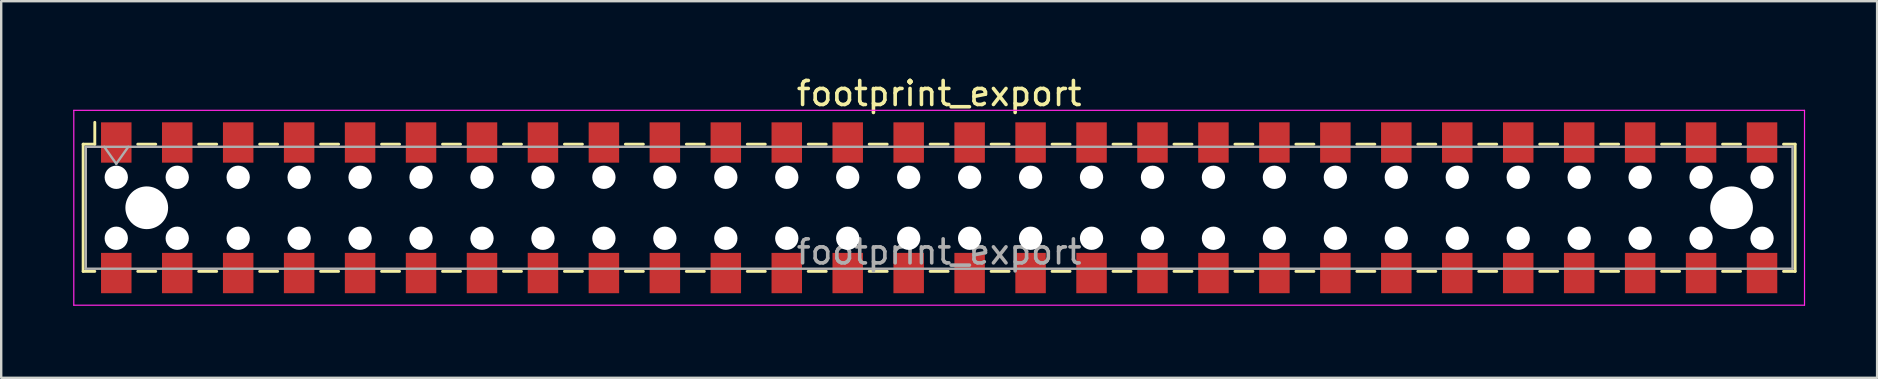
<source format=kicad_pcb>
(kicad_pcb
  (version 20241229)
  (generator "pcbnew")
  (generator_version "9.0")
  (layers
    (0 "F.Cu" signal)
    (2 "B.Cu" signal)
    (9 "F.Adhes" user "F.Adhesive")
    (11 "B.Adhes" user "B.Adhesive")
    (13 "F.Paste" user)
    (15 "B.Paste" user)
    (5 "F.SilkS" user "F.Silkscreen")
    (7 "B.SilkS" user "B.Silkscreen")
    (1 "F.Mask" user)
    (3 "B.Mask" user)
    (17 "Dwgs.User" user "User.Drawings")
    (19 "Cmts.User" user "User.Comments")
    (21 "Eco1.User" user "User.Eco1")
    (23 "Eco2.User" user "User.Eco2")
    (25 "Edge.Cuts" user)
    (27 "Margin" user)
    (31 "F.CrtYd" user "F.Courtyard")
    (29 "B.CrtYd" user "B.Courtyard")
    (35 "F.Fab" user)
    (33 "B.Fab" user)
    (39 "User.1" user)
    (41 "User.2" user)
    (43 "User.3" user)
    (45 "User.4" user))
  (footprint "footprint_export"
    (layer "F.Cu")
    (at 36.085 5.608)
    (property "Reference" "footprint_export" (at 0 -4.76 0) (layer "F.SilkS") (effects (font (size 1 1) (thickness 0.15))))
    (attr smd)
    (fp_line (start -35.67 -2.65) (end -35.67 2.65) (stroke (width 0.12) (type solid)) (layer "F.SilkS"))
    (fp_line (start -35.67 2.65) (end -35.185 2.65) (stroke (width 0.12) (type solid)) (layer "F.SilkS"))
    (fp_line (start -35.185 -3.56) (end -35.185 -2.65) (stroke (width 0.12) (type solid)) (layer "F.SilkS"))
    (fp_line (start -35.185 -2.65) (end -35.67 -2.65) (stroke (width 0.12) (type solid)) (layer "F.SilkS"))
    (fp_line (start -33.395 -2.65) (end -32.645 -2.65) (stroke (width 0.12) (type solid)) (layer "F.SilkS"))
    (fp_line (start -33.395 2.65) (end -32.645 2.65) (stroke (width 0.12) (type solid)) (layer "F.SilkS"))
    (fp_line (start -30.855 -2.65) (end -30.105 -2.65) (stroke (width 0.12) (type solid)) (layer "F.SilkS"))
    (fp_line (start -30.855 2.65) (end -30.105 2.65) (stroke (width 0.12) (type solid)) (layer "F.SilkS"))
    (fp_line (start -28.315 -2.65) (end -27.565 -2.65) (stroke (width 0.12) (type solid)) (layer "F.SilkS"))
    (fp_line (start -28.315 2.65) (end -27.565 2.65) (stroke (width 0.12) (type solid)) (layer "F.SilkS"))
    (fp_line (start -25.775 -2.65) (end -25.025 -2.65) (stroke (width 0.12) (type solid)) (layer "F.SilkS"))
    (fp_line (start -25.775 2.65) (end -25.025 2.65) (stroke (width 0.12) (type solid)) (layer "F.SilkS"))
    (fp_line (start -23.235 -2.65) (end -22.485 -2.65) (stroke (width 0.12) (type solid)) (layer "F.SilkS"))
    (fp_line (start -23.235 2.65) (end -22.485 2.65) (stroke (width 0.12) (type solid)) (layer "F.SilkS"))
    (fp_line (start -20.695 -2.65) (end -19.945 -2.65) (stroke (width 0.12) (type solid)) (layer "F.SilkS"))
    (fp_line (start -20.695 2.65) (end -19.945 2.65) (stroke (width 0.12) (type solid)) (layer "F.SilkS"))
    (fp_line (start -18.155 -2.65) (end -17.405 -2.65) (stroke (width 0.12) (type solid)) (layer "F.SilkS"))
    (fp_line (start -18.155 2.65) (end -17.405 2.65) (stroke (width 0.12) (type solid)) (layer "F.SilkS"))
    (fp_line (start -15.615 -2.65) (end -14.865 -2.65) (stroke (width 0.12) (type solid)) (layer "F.SilkS"))
    (fp_line (start -15.615 2.65) (end -14.865 2.65) (stroke (width 0.12) (type solid)) (layer "F.SilkS"))
    (fp_line (start -13.075 -2.65) (end -12.325 -2.65) (stroke (width 0.12) (type solid)) (layer "F.SilkS"))
    (fp_line (start -13.075 2.65) (end -12.325 2.65) (stroke (width 0.12) (type solid)) (layer "F.SilkS"))
    (fp_line (start -10.535 -2.65) (end -9.785 -2.65) (stroke (width 0.12) (type solid)) (layer "F.SilkS"))
    (fp_line (start -10.535 2.65) (end -9.785 2.65) (stroke (width 0.12) (type solid)) (layer "F.SilkS"))
    (fp_line (start -7.995 -2.65) (end -7.245 -2.65) (stroke (width 0.12) (type solid)) (layer "F.SilkS"))
    (fp_line (start -7.995 2.65) (end -7.245 2.65) (stroke (width 0.12) (type solid)) (layer "F.SilkS"))
    (fp_line (start -5.455 -2.65) (end -4.705 -2.65) (stroke (width 0.12) (type solid)) (layer "F.SilkS"))
    (fp_line (start -5.455 2.65) (end -4.705 2.65) (stroke (width 0.12) (type solid)) (layer "F.SilkS"))
    (fp_line (start -2.915 -2.65) (end -2.165 -2.65) (stroke (width 0.12) (type solid)) (layer "F.SilkS"))
    (fp_line (start -2.915 2.65) (end -2.165 2.65) (stroke (width 0.12) (type solid)) (layer "F.SilkS"))
    (fp_line (start -0.375 -2.65) (end 0.375 -2.65) (stroke (width 0.12) (type solid)) (layer "F.SilkS"))
    (fp_line (start -0.375 2.65) (end 0.375 2.65) (stroke (width 0.12) (type solid)) (layer "F.SilkS"))
    (fp_line (start 2.165 -2.65) (end 2.915 -2.65) (stroke (width 0.12) (type solid)) (layer "F.SilkS"))
    (fp_line (start 2.165 2.65) (end 2.915 2.65) (stroke (width 0.12) (type solid)) (layer "F.SilkS"))
    (fp_line (start 4.705 -2.65) (end 5.455 -2.65) (stroke (width 0.12) (type solid)) (layer "F.SilkS"))
    (fp_line (start 4.705 2.65) (end 5.455 2.65) (stroke (width 0.12) (type solid)) (layer "F.SilkS"))
    (fp_line (start 7.245 -2.65) (end 7.995 -2.65) (stroke (width 0.12) (type solid)) (layer "F.SilkS"))
    (fp_line (start 7.245 2.65) (end 7.995 2.65) (stroke (width 0.12) (type solid)) (layer "F.SilkS"))
    (fp_line (start 9.785 -2.65) (end 10.535 -2.65) (stroke (width 0.12) (type solid)) (layer "F.SilkS"))
    (fp_line (start 9.785 2.65) (end 10.535 2.65) (stroke (width 0.12) (type solid)) (layer "F.SilkS"))
    (fp_line (start 12.325 -2.65) (end 13.075 -2.65) (stroke (width 0.12) (type solid)) (layer "F.SilkS"))
    (fp_line (start 12.325 2.65) (end 13.075 2.65) (stroke (width 0.12) (type solid)) (layer "F.SilkS"))
    (fp_line (start 14.865 -2.65) (end 15.615 -2.65) (stroke (width 0.12) (type solid)) (layer "F.SilkS"))
    (fp_line (start 14.865 2.65) (end 15.615 2.65) (stroke (width 0.12) (type solid)) (layer "F.SilkS"))
    (fp_line (start 17.405 -2.65) (end 18.155 -2.65) (stroke (width 0.12) (type solid)) (layer "F.SilkS"))
    (fp_line (start 17.405 2.65) (end 18.155 2.65) (stroke (width 0.12) (type solid)) (layer "F.SilkS"))
    (fp_line (start 19.945 -2.65) (end 20.695 -2.65) (stroke (width 0.12) (type solid)) (layer "F.SilkS"))
    (fp_line (start 19.945 2.65) (end 20.695 2.65) (stroke (width 0.12) (type solid)) (layer "F.SilkS"))
    (fp_line (start 22.485 -2.65) (end 23.235 -2.65) (stroke (width 0.12) (type solid)) (layer "F.SilkS"))
    (fp_line (start 22.485 2.65) (end 23.235 2.65) (stroke (width 0.12) (type solid)) (layer "F.SilkS"))
    (fp_line (start 25.025 -2.65) (end 25.775 -2.65) (stroke (width 0.12) (type solid)) (layer "F.SilkS"))
    (fp_line (start 25.025 2.65) (end 25.775 2.65) (stroke (width 0.12) (type solid)) (layer "F.SilkS"))
    (fp_line (start 27.565 -2.65) (end 28.315 -2.65) (stroke (width 0.12) (type solid)) (layer "F.SilkS"))
    (fp_line (start 27.565 2.65) (end 28.315 2.65) (stroke (width 0.12) (type solid)) (layer "F.SilkS"))
    (fp_line (start 30.105 -2.65) (end 30.855 -2.65) (stroke (width 0.12) (type solid)) (layer "F.SilkS"))
    (fp_line (start 30.105 2.65) (end 30.855 2.65) (stroke (width 0.12) (type solid)) (layer "F.SilkS"))
    (fp_line (start 32.645 -2.65) (end 33.395 -2.65) (stroke (width 0.12) (type solid)) (layer "F.SilkS"))
    (fp_line (start 32.645 2.65) (end 33.395 2.65) (stroke (width 0.12) (type solid)) (layer "F.SilkS"))
    (fp_line (start 35.185 -2.65) (end 35.67 -2.65) (stroke (width 0.12) (type solid)) (layer "F.SilkS"))
    (fp_line (start 35.67 -2.65) (end 35.67 2.65) (stroke (width 0.12) (type solid)) (layer "F.SilkS"))
    (fp_line (start 35.67 2.65) (end 35.185 2.65) (stroke (width 0.12) (type solid)) (layer "F.SilkS"))
    (fp_line (start -36.06 -4.06) (end 36.06 -4.06) (stroke (width 0.05) (type solid)) (layer "F.CrtYd"))
    (fp_line (start -36.06 4.06) (end -36.06 -4.06) (stroke (width 0.05) (type solid)) (layer "F.CrtYd"))
    (fp_line (start 36.06 -4.06) (end 36.06 4.06) (stroke (width 0.05) (type solid)) (layer "F.CrtYd"))
    (fp_line (start 36.06 4.06) (end -36.06 4.06) (stroke (width 0.05) (type solid)) (layer "F.CrtYd"))
    (fp_line (start -35.56 -2.54) (end 35.56 -2.54) (stroke (width 0.1) (type solid)) (layer "F.Fab"))
    (fp_line (start -35.56 2.54) (end -35.56 -2.54) (stroke (width 0.1) (type solid)) (layer "F.Fab"))
    (fp_line (start -34.79 -2.54) (end -34.29 -1.833) (stroke (width 0.1) (type solid)) (layer "F.Fab"))
    (fp_line (start -34.29 -1.833) (end -33.79 -2.54) (stroke (width 0.1) (type solid)) (layer "F.Fab"))
    (fp_line (start 35.56 -2.54) (end 35.56 2.54) (stroke (width 0.1) (type solid)) (layer "F.Fab"))
    (fp_line (start 35.56 2.54) (end -35.56 2.54) (stroke (width 0.1) (type solid)) (layer "F.Fab"))
    (fp_text user "${REFERENCE}" (at 0 1.84 0) (layer "F.Fab") (effects (font (size 1 1) (thickness 0.15))))
    (pad "" np_thru_hole circle (at -34.29 -1.27) (size 0.97 0.97) (drill 0.97) (layers "*.Cu" "*.Mask"))
    (pad "" np_thru_hole circle (at -34.29 1.27) (size 0.97 0.97) (drill 0.97) (layers "*.Cu" "*.Mask"))
    (pad "" np_thru_hole circle (at -33.02 0) (size 1.78 1.78) (drill 1.78) (layers "*.Cu" "*.Mask"))
    (pad "" np_thru_hole circle (at -31.75 -1.27) (size 0.97 0.97) (drill 0.97) (layers "*.Cu" "*.Mask"))
    (pad "" np_thru_hole circle (at -31.75 1.27) (size 0.97 0.97) (drill 0.97) (layers "*.Cu" "*.Mask"))
    (pad "" np_thru_hole circle (at -29.21 -1.27) (size 0.97 0.97) (drill 0.97) (layers "*.Cu" "*.Mask"))
    (pad "" np_thru_hole circle (at -29.21 1.27) (size 0.97 0.97) (drill 0.97) (layers "*.Cu" "*.Mask"))
    (pad "" np_thru_hole circle (at -26.67 -1.27) (size 0.97 0.97) (drill 0.97) (layers "*.Cu" "*.Mask"))
    (pad "" np_thru_hole circle (at -26.67 1.27) (size 0.97 0.97) (drill 0.97) (layers "*.Cu" "*.Mask"))
    (pad "" np_thru_hole circle (at -24.13 -1.27) (size 0.97 0.97) (drill 0.97) (layers "*.Cu" "*.Mask"))
    (pad "" np_thru_hole circle (at -24.13 1.27) (size 0.97 0.97) (drill 0.97) (layers "*.Cu" "*.Mask"))
    (pad "" np_thru_hole circle (at -21.59 -1.27) (size 0.97 0.97) (drill 0.97) (layers "*.Cu" "*.Mask"))
    (pad "" np_thru_hole circle (at -21.59 1.27) (size 0.97 0.97) (drill 0.97) (layers "*.Cu" "*.Mask"))
    (pad "" np_thru_hole circle (at -19.05 -1.27) (size 0.97 0.97) (drill 0.97) (layers "*.Cu" "*.Mask"))
    (pad "" np_thru_hole circle (at -19.05 1.27) (size 0.97 0.97) (drill 0.97) (layers "*.Cu" "*.Mask"))
    (pad "" np_thru_hole circle (at -16.51 -1.27) (size 0.97 0.97) (drill 0.97) (layers "*.Cu" "*.Mask"))
    (pad "" np_thru_hole circle (at -16.51 1.27) (size 0.97 0.97) (drill 0.97) (layers "*.Cu" "*.Mask"))
    (pad "" np_thru_hole circle (at -13.97 -1.27) (size 0.97 0.97) (drill 0.97) (layers "*.Cu" "*.Mask"))
    (pad "" np_thru_hole circle (at -13.97 1.27) (size 0.97 0.97) (drill 0.97) (layers "*.Cu" "*.Mask"))
    (pad "" np_thru_hole circle (at -11.43 -1.27) (size 0.97 0.97) (drill 0.97) (layers "*.Cu" "*.Mask"))
    (pad "" np_thru_hole circle (at -11.43 1.27) (size 0.97 0.97) (drill 0.97) (layers "*.Cu" "*.Mask"))
    (pad "" np_thru_hole circle (at -8.89 -1.27) (size 0.97 0.97) (drill 0.97) (layers "*.Cu" "*.Mask"))
    (pad "" np_thru_hole circle (at -8.89 1.27) (size 0.97 0.97) (drill 0.97) (layers "*.Cu" "*.Mask"))
    (pad "" np_thru_hole circle (at -6.35 -1.27) (size 0.97 0.97) (drill 0.97) (layers "*.Cu" "*.Mask"))
    (pad "" np_thru_hole circle (at -6.35 1.27) (size 0.97 0.97) (drill 0.97) (layers "*.Cu" "*.Mask"))
    (pad "" np_thru_hole circle (at -3.81 -1.27) (size 0.97 0.97) (drill 0.97) (layers "*.Cu" "*.Mask"))
    (pad "" np_thru_hole circle (at -3.81 1.27) (size 0.97 0.97) (drill 0.97) (layers "*.Cu" "*.Mask"))
    (pad "" np_thru_hole circle (at -1.27 -1.27) (size 0.97 0.97) (drill 0.97) (layers "*.Cu" "*.Mask"))
    (pad "" np_thru_hole circle (at -1.27 1.27) (size 0.97 0.97) (drill 0.97) (layers "*.Cu" "*.Mask"))
    (pad "" np_thru_hole circle (at 1.27 -1.27) (size 0.97 0.97) (drill 0.97) (layers "*.Cu" "*.Mask"))
    (pad "" np_thru_hole circle (at 1.27 1.27) (size 0.97 0.97) (drill 0.97) (layers "*.Cu" "*.Mask"))
    (pad "" np_thru_hole circle (at 3.81 -1.27) (size 0.97 0.97) (drill 0.97) (layers "*.Cu" "*.Mask"))
    (pad "" np_thru_hole circle (at 3.81 1.27) (size 0.97 0.97) (drill 0.97) (layers "*.Cu" "*.Mask"))
    (pad "" np_thru_hole circle (at 6.35 -1.27) (size 0.97 0.97) (drill 0.97) (layers "*.Cu" "*.Mask"))
    (pad "" np_thru_hole circle (at 6.35 1.27) (size 0.97 0.97) (drill 0.97) (layers "*.Cu" "*.Mask"))
    (pad "" np_thru_hole circle (at 8.89 -1.27) (size 0.97 0.97) (drill 0.97) (layers "*.Cu" "*.Mask"))
    (pad "" np_thru_hole circle (at 8.89 1.27) (size 0.97 0.97) (drill 0.97) (layers "*.Cu" "*.Mask"))
    (pad "" np_thru_hole circle (at 11.43 -1.27) (size 0.97 0.97) (drill 0.97) (layers "*.Cu" "*.Mask"))
    (pad "" np_thru_hole circle (at 11.43 1.27) (size 0.97 0.97) (drill 0.97) (layers "*.Cu" "*.Mask"))
    (pad "" np_thru_hole circle (at 13.97 -1.27) (size 0.97 0.97) (drill 0.97) (layers "*.Cu" "*.Mask"))
    (pad "" np_thru_hole circle (at 13.97 1.27) (size 0.97 0.97) (drill 0.97) (layers "*.Cu" "*.Mask"))
    (pad "" np_thru_hole circle (at 16.51 -1.27) (size 0.97 0.97) (drill 0.97) (layers "*.Cu" "*.Mask"))
    (pad "" np_thru_hole circle (at 16.51 1.27) (size 0.97 0.97) (drill 0.97) (layers "*.Cu" "*.Mask"))
    (pad "" np_thru_hole circle (at 19.05 -1.27) (size 0.97 0.97) (drill 0.97) (layers "*.Cu" "*.Mask"))
    (pad "" np_thru_hole circle (at 19.05 1.27) (size 0.97 0.97) (drill 0.97) (layers "*.Cu" "*.Mask"))
    (pad "" np_thru_hole circle (at 21.59 -1.27) (size 0.97 0.97) (drill 0.97) (layers "*.Cu" "*.Mask"))
    (pad "" np_thru_hole circle (at 21.59 1.27) (size 0.97 0.97) (drill 0.97) (layers "*.Cu" "*.Mask"))
    (pad "" np_thru_hole circle (at 24.13 -1.27) (size 0.97 0.97) (drill 0.97) (layers "*.Cu" "*.Mask"))
    (pad "" np_thru_hole circle (at 24.13 1.27) (size 0.97 0.97) (drill 0.97) (layers "*.Cu" "*.Mask"))
    (pad "" np_thru_hole circle (at 26.67 -1.27) (size 0.97 0.97) (drill 0.97) (layers "*.Cu" "*.Mask"))
    (pad "" np_thru_hole circle (at 26.67 1.27) (size 0.97 0.97) (drill 0.97) (layers "*.Cu" "*.Mask"))
    (pad "" np_thru_hole circle (at 29.21 -1.27) (size 0.97 0.97) (drill 0.97) (layers "*.Cu" "*.Mask"))
    (pad "" np_thru_hole circle (at 29.21 1.27) (size 0.97 0.97) (drill 0.97) (layers "*.Cu" "*.Mask"))
    (pad "" np_thru_hole circle (at 31.75 -1.27) (size 0.97 0.97) (drill 0.97) (layers "*.Cu" "*.Mask"))
    (pad "" np_thru_hole circle (at 31.75 1.27) (size 0.97 0.97) (drill 0.97) (layers "*.Cu" "*.Mask"))
    (pad "" np_thru_hole circle (at 33.02 0) (size 1.78 1.78) (drill 1.78) (layers "*.Cu" "*.Mask"))
    (pad "" np_thru_hole circle (at 34.29 -1.27) (size 0.97 0.97) (drill 0.97) (layers "*.Cu" "*.Mask"))
    (pad "" np_thru_hole circle (at 34.29 1.27) (size 0.97 0.97) (drill 0.97) (layers "*.Cu" "*.Mask"))
    (pad "1" smd rect (at -34.29 -2.72) (size 1.27 1.68) (layers "F.Cu" "F.Mask" "F.Paste"))
    (pad "2" smd rect (at -34.29 2.72) (size 1.27 1.68) (layers "F.Cu" "F.Mask" "F.Paste"))
    (pad "3" smd rect (at -31.75 -2.72) (size 1.27 1.68) (layers "F.Cu" "F.Mask" "F.Paste"))
    (pad "4" smd rect (at -31.75 2.72) (size 1.27 1.68) (layers "F.Cu" "F.Mask" "F.Paste"))
    (pad "5" smd rect (at -29.21 -2.72) (size 1.27 1.68) (layers "F.Cu" "F.Mask" "F.Paste"))
    (pad "6" smd rect (at -29.21 2.72) (size 1.27 1.68) (layers "F.Cu" "F.Mask" "F.Paste"))
    (pad "7" smd rect (at -26.67 -2.72) (size 1.27 1.68) (layers "F.Cu" "F.Mask" "F.Paste"))
    (pad "8" smd rect (at -26.67 2.72) (size 1.27 1.68) (layers "F.Cu" "F.Mask" "F.Paste"))
    (pad "9" smd rect (at -24.13 -2.72) (size 1.27 1.68) (layers "F.Cu" "F.Mask" "F.Paste"))
    (pad "10" smd rect (at -24.13 2.72) (size 1.27 1.68) (layers "F.Cu" "F.Mask" "F.Paste"))
    (pad "11" smd rect (at -21.59 -2.72) (size 1.27 1.68) (layers "F.Cu" "F.Mask" "F.Paste"))
    (pad "12" smd rect (at -21.59 2.72) (size 1.27 1.68) (layers "F.Cu" "F.Mask" "F.Paste"))
    (pad "13" smd rect (at -19.05 -2.72) (size 1.27 1.68) (layers "F.Cu" "F.Mask" "F.Paste"))
    (pad "14" smd rect (at -19.05 2.72) (size 1.27 1.68) (layers "F.Cu" "F.Mask" "F.Paste"))
    (pad "15" smd rect (at -16.51 -2.72) (size 1.27 1.68) (layers "F.Cu" "F.Mask" "F.Paste"))
    (pad "16" smd rect (at -16.51 2.72) (size 1.27 1.68) (layers "F.Cu" "F.Mask" "F.Paste"))
    (pad "17" smd rect (at -13.97 -2.72) (size 1.27 1.68) (layers "F.Cu" "F.Mask" "F.Paste"))
    (pad "18" smd rect (at -13.97 2.72) (size 1.27 1.68) (layers "F.Cu" "F.Mask" "F.Paste"))
    (pad "19" smd rect (at -11.43 -2.72) (size 1.27 1.68) (layers "F.Cu" "F.Mask" "F.Paste"))
    (pad "20" smd rect (at -11.43 2.72) (size 1.27 1.68) (layers "F.Cu" "F.Mask" "F.Paste"))
    (pad "21" smd rect (at -8.89 -2.72) (size 1.27 1.68) (layers "F.Cu" "F.Mask" "F.Paste"))
    (pad "22" smd rect (at -8.89 2.72) (size 1.27 1.68) (layers "F.Cu" "F.Mask" "F.Paste"))
    (pad "23" smd rect (at -6.35 -2.72) (size 1.27 1.68) (layers "F.Cu" "F.Mask" "F.Paste"))
    (pad "24" smd rect (at -6.35 2.72) (size 1.27 1.68) (layers "F.Cu" "F.Mask" "F.Paste"))
    (pad "25" smd rect (at -3.81 -2.72) (size 1.27 1.68) (layers "F.Cu" "F.Mask" "F.Paste"))
    (pad "26" smd rect (at -3.81 2.72) (size 1.27 1.68) (layers "F.Cu" "F.Mask" "F.Paste"))
    (pad "27" smd rect (at -1.27 -2.72) (size 1.27 1.68) (layers "F.Cu" "F.Mask" "F.Paste"))
    (pad "28" smd rect (at -1.27 2.72) (size 1.27 1.68) (layers "F.Cu" "F.Mask" "F.Paste"))
    (pad "29" smd rect (at 1.27 -2.72) (size 1.27 1.68) (layers "F.Cu" "F.Mask" "F.Paste"))
    (pad "30" smd rect (at 1.27 2.72) (size 1.27 1.68) (layers "F.Cu" "F.Mask" "F.Paste"))
    (pad "31" smd rect (at 3.81 -2.72) (size 1.27 1.68) (layers "F.Cu" "F.Mask" "F.Paste"))
    (pad "32" smd rect (at 3.81 2.72) (size 1.27 1.68) (layers "F.Cu" "F.Mask" "F.Paste"))
    (pad "33" smd rect (at 6.35 -2.72) (size 1.27 1.68) (layers "F.Cu" "F.Mask" "F.Paste"))
    (pad "34" smd rect (at 6.35 2.72) (size 1.27 1.68) (layers "F.Cu" "F.Mask" "F.Paste"))
    (pad "35" smd rect (at 8.89 -2.72) (size 1.27 1.68) (layers "F.Cu" "F.Mask" "F.Paste"))
    (pad "36" smd rect (at 8.89 2.72) (size 1.27 1.68) (layers "F.Cu" "F.Mask" "F.Paste"))
    (pad "37" smd rect (at 11.43 -2.72) (size 1.27 1.68) (layers "F.Cu" "F.Mask" "F.Paste"))
    (pad "38" smd rect (at 11.43 2.72) (size 1.27 1.68) (layers "F.Cu" "F.Mask" "F.Paste"))
    (pad "39" smd rect (at 13.97 -2.72) (size 1.27 1.68) (layers "F.Cu" "F.Mask" "F.Paste"))
    (pad "40" smd rect (at 13.97 2.72) (size 1.27 1.68) (layers "F.Cu" "F.Mask" "F.Paste"))
    (pad "41" smd rect (at 16.51 -2.72) (size 1.27 1.68) (layers "F.Cu" "F.Mask" "F.Paste"))
    (pad "42" smd rect (at 16.51 2.72) (size 1.27 1.68) (layers "F.Cu" "F.Mask" "F.Paste"))
    (pad "43" smd rect (at 19.05 -2.72) (size 1.27 1.68) (layers "F.Cu" "F.Mask" "F.Paste"))
    (pad "44" smd rect (at 19.05 2.72) (size 1.27 1.68) (layers "F.Cu" "F.Mask" "F.Paste"))
    (pad "45" smd rect (at 21.59 -2.72) (size 1.27 1.68) (layers "F.Cu" "F.Mask" "F.Paste"))
    (pad "46" smd rect (at 21.59 2.72) (size 1.27 1.68) (layers "F.Cu" "F.Mask" "F.Paste"))
    (pad "47" smd rect (at 24.13 -2.72) (size 1.27 1.68) (layers "F.Cu" "F.Mask" "F.Paste"))
    (pad "48" smd rect (at 24.13 2.72) (size 1.27 1.68) (layers "F.Cu" "F.Mask" "F.Paste"))
    (pad "49" smd rect (at 26.67 -2.72) (size 1.27 1.68) (layers "F.Cu" "F.Mask" "F.Paste"))
    (pad "50" smd rect (at 26.67 2.72) (size 1.27 1.68) (layers "F.Cu" "F.Mask" "F.Paste"))
    (pad "51" smd rect (at 29.21 -2.72) (size 1.27 1.68) (layers "F.Cu" "F.Mask" "F.Paste"))
    (pad "52" smd rect (at 29.21 2.72) (size 1.27 1.68) (layers "F.Cu" "F.Mask" "F.Paste"))
    (pad "53" smd rect (at 31.75 -2.72) (size 1.27 1.68) (layers "F.Cu" "F.Mask" "F.Paste"))
    (pad "54" smd rect (at 31.75 2.72) (size 1.27 1.68) (layers "F.Cu" "F.Mask" "F.Paste"))
    (pad "55" smd rect (at 34.29 -2.72) (size 1.27 1.68) (layers "F.Cu" "F.Mask" "F.Paste"))
    (pad "56" smd rect (at 34.29 2.72) (size 1.27 1.68) (layers "F.Cu" "F.Mask" "F.Paste")))
  (gr_rect
    (start -3 -3)
    (end 75.17 12.693)
    (stroke (width 0.1) (type default))
    (fill no)
    (layer "Edge.Cuts")))
</source>
